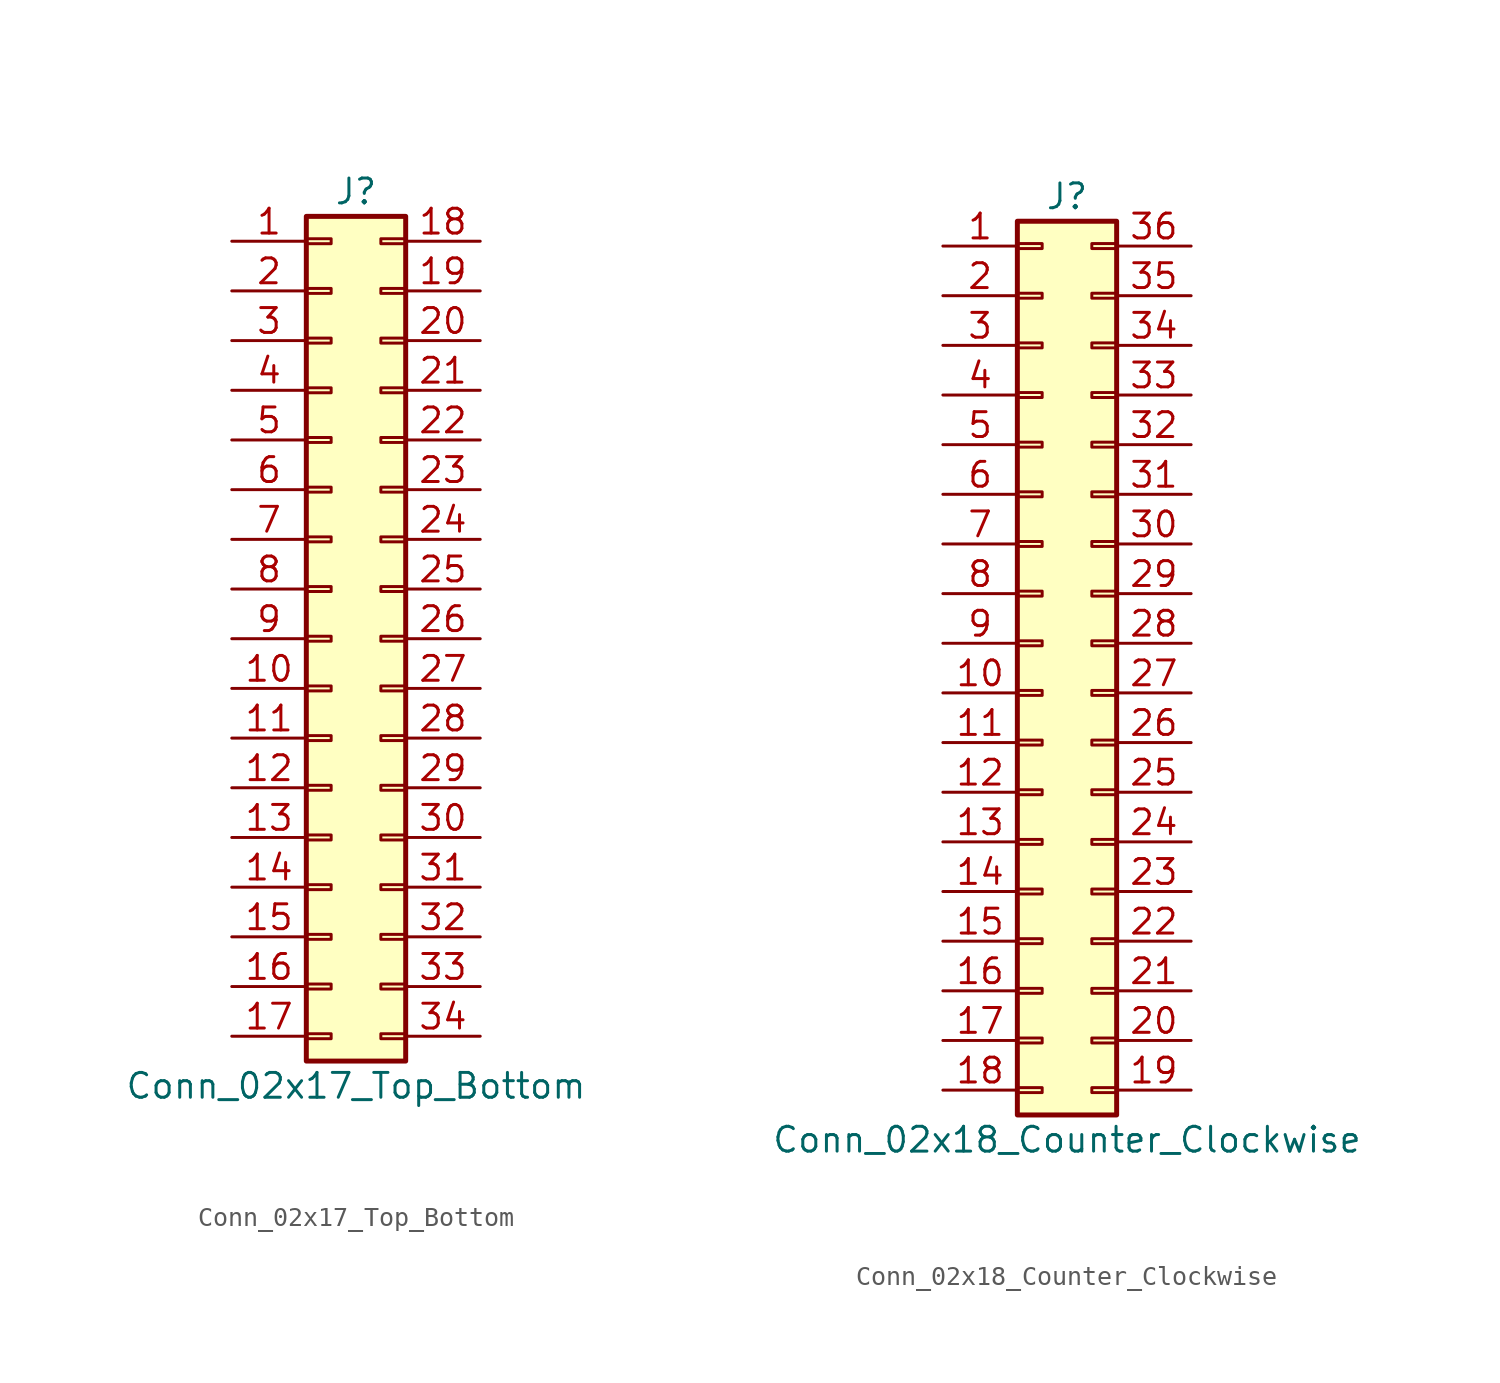
<source format=kicad_sym>
(kicad_symbol_lib
  (version 20201005)
  (generator kicad_symbol_editor)
  (symbol "Connector_Generic:Conn_02x17_Top_Bottom"
    (pin_names
      (offset 1.016) hide)
    (property "Reference" "J"
      (at 1.27 22.86 0)
      (effects (font (size 1.27 1.27))))
    (property "Value" "Conn_02x17_Top_Bottom"
      (at 1.27 -22.86 0)
      (effects (font (size 1.27 1.27))))
    (symbol "Conn_02x17_Top_Bottom_1_1"
      (rectangle (start -1.27 -4.953) (end 0 -5.207) (stroke (width 0.152)) (fill (type none)))
      (rectangle (start -1.27 -7.493) (end 0 -7.747) (stroke (width 0.152)) (fill (type none)))
      (rectangle (start -1.27 -10.033) (end 0 -10.287) (stroke (width 0.152)) (fill (type none)))
      (rectangle (start -1.27 -12.573) (end 0 -12.827) (stroke (width 0.152)) (fill (type none)))
      (rectangle (start -1.27 -15.113) (end 0 -15.367) (stroke (width 0.152)) (fill (type none)))
      (rectangle (start -1.27 -17.653) (end 0 -17.907) (stroke (width 0.152)) (fill (type none)))
      (rectangle (start -1.27 -20.193) (end 0 -20.447) (stroke (width 0.152)) (fill (type none)))
      (rectangle (start -1.27 -2.413) (end 0 -2.667) (stroke (width 0.152)) (fill (type none)))
      (rectangle (start -1.27 2.667) (end 0 2.413) (stroke (width 0.152)) (fill (type none)))
      (rectangle (start -1.27 5.207) (end 0 4.953) (stroke (width 0.152)) (fill (type none)))
      (rectangle (start -1.27 7.747) (end 0 7.493) (stroke (width 0.152)) (fill (type none)))
      (rectangle (start -1.27 10.287) (end 0 10.033) (stroke (width 0.152)) (fill (type none)))
      (rectangle (start -1.27 0.127) (end 0 -0.127) (stroke (width 0.152)) (fill (type none)))
      (rectangle (start -1.27 12.827) (end 0 12.573) (stroke (width 0.152)) (fill (type none)))
      (rectangle (start -1.27 15.367) (end 0 15.113) (stroke (width 0.152)) (fill (type none)))
      (rectangle (start -1.27 17.907) (end 0 17.653) (stroke (width 0.152)) (fill (type none)))
      (rectangle (start -1.27 20.447) (end 0 20.193) (stroke (width 0.152)) (fill (type none)))
      (rectangle (start -1.27 21.59) (end 3.81 -21.59) (stroke (width 0.254)) (fill (type background)))
      (rectangle (start 3.81 -4.953) (end 2.54 -5.207) (stroke (width 0.152)) (fill (type none)))
      (rectangle (start 3.81 -7.493) (end 2.54 -7.747) (stroke (width 0.152)) (fill (type none)))
      (rectangle (start 3.81 -10.033) (end 2.54 -10.287) (stroke (width 0.152)) (fill (type none)))
      (rectangle (start 3.81 -12.573) (end 2.54 -12.827) (stroke (width 0.152)) (fill (type none)))
      (rectangle (start 3.81 -15.113) (end 2.54 -15.367) (stroke (width 0.152)) (fill (type none)))
      (rectangle (start 3.81 -17.653) (end 2.54 -17.907) (stroke (width 0.152)) (fill (type none)))
      (rectangle (start 3.81 -20.193) (end 2.54 -20.447) (stroke (width 0.152)) (fill (type none)))
      (rectangle (start 3.81 -2.413) (end 2.54 -2.667) (stroke (width 0.152)) (fill (type none)))
      (rectangle (start 3.81 2.667) (end 2.54 2.413) (stroke (width 0.152)) (fill (type none)))
      (rectangle (start 3.81 5.207) (end 2.54 4.953) (stroke (width 0.152)) (fill (type none)))
      (rectangle (start 3.81 7.747) (end 2.54 7.493) (stroke (width 0.152)) (fill (type none)))
      (rectangle (start 3.81 10.287) (end 2.54 10.033) (stroke (width 0.152)) (fill (type none)))
      (rectangle (start 3.81 0.127) (end 2.54 -0.127) (stroke (width 0.152)) (fill (type none)))
      (rectangle (start 3.81 12.827) (end 2.54 12.573) (stroke (width 0.152)) (fill (type none)))
      (rectangle (start 3.81 15.367) (end 2.54 15.113) (stroke (width 0.152)) (fill (type none)))
      (rectangle (start 3.81 17.907) (end 2.54 17.653) (stroke (width 0.152)) (fill (type none)))
      (rectangle (start 3.81 20.447) (end 2.54 20.193) (stroke (width 0.152)) (fill (type none)))
      (pin passive line (at -5.08 20.32 0) (length 3.81) (name "Pin_1" (effects (font (size 1.27 1.27)))) (number "1" (effects (font (size 1.27 1.27)))))
      (pin passive line (at -5.08 -2.54 0) (length 3.81) (name "Pin_10" (effects (font (size 1.27 1.27)))) (number "10" (effects (font (size 1.27 1.27)))))
      (pin passive line (at -5.08 -5.08 0) (length 3.81) (name "Pin_11" (effects (font (size 1.27 1.27)))) (number "11" (effects (font (size 1.27 1.27)))))
      (pin passive line (at -5.08 -7.62 0) (length 3.81) (name "Pin_12" (effects (font (size 1.27 1.27)))) (number "12" (effects (font (size 1.27 1.27)))))
      (pin passive line (at -5.08 -10.16 0) (length 3.81) (name "Pin_13" (effects (font (size 1.27 1.27)))) (number "13" (effects (font (size 1.27 1.27)))))
      (pin passive line (at -5.08 -12.7 0) (length 3.81) (name "Pin_14" (effects (font (size 1.27 1.27)))) (number "14" (effects (font (size 1.27 1.27)))))
      (pin passive line (at -5.08 -15.24 0) (length 3.81) (name "Pin_15" (effects (font (size 1.27 1.27)))) (number "15" (effects (font (size 1.27 1.27)))))
      (pin passive line (at -5.08 -17.78 0) (length 3.81) (name "Pin_16" (effects (font (size 1.27 1.27)))) (number "16" (effects (font (size 1.27 1.27)))))
      (pin passive line (at -5.08 -20.32 0) (length 3.81) (name "Pin_17" (effects (font (size 1.27 1.27)))) (number "17" (effects (font (size 1.27 1.27)))))
      (pin passive line (at 7.62 20.32 180) (length 3.81) (name "Pin_18" (effects (font (size 1.27 1.27)))) (number "18" (effects (font (size 1.27 1.27)))))
      (pin passive line (at 7.62 17.78 180) (length 3.81) (name "Pin_19" (effects (font (size 1.27 1.27)))) (number "19" (effects (font (size 1.27 1.27)))))
      (pin passive line (at -5.08 17.78 0) (length 3.81) (name "Pin_2" (effects (font (size 1.27 1.27)))) (number "2" (effects (font (size 1.27 1.27)))))
      (pin passive line (at 7.62 15.24 180) (length 3.81) (name "Pin_20" (effects (font (size 1.27 1.27)))) (number "20" (effects (font (size 1.27 1.27)))))
      (pin passive line (at 7.62 12.7 180) (length 3.81) (name "Pin_21" (effects (font (size 1.27 1.27)))) (number "21" (effects (font (size 1.27 1.27)))))
      (pin passive line (at 7.62 10.16 180) (length 3.81) (name "Pin_22" (effects (font (size 1.27 1.27)))) (number "22" (effects (font (size 1.27 1.27)))))
      (pin passive line (at 7.62 7.62 180) (length 3.81) (name "Pin_23" (effects (font (size 1.27 1.27)))) (number "23" (effects (font (size 1.27 1.27)))))
      (pin passive line (at 7.62 5.08 180) (length 3.81) (name "Pin_24" (effects (font (size 1.27 1.27)))) (number "24" (effects (font (size 1.27 1.27)))))
      (pin passive line (at 7.62 2.54 180) (length 3.81) (name "Pin_25" (effects (font (size 1.27 1.27)))) (number "25" (effects (font (size 1.27 1.27)))))
      (pin passive line (at 7.62 0 180) (length 3.81) (name "Pin_26" (effects (font (size 1.27 1.27)))) (number "26" (effects (font (size 1.27 1.27)))))
      (pin passive line (at 7.62 -2.54 180) (length 3.81) (name "Pin_27" (effects (font (size 1.27 1.27)))) (number "27" (effects (font (size 1.27 1.27)))))
      (pin passive line (at 7.62 -5.08 180) (length 3.81) (name "Pin_28" (effects (font (size 1.27 1.27)))) (number "28" (effects (font (size 1.27 1.27)))))
      (pin passive line (at 7.62 -7.62 180) (length 3.81) (name "Pin_29" (effects (font (size 1.27 1.27)))) (number "29" (effects (font (size 1.27 1.27)))))
      (pin passive line (at -5.08 15.24 0) (length 3.81) (name "Pin_3" (effects (font (size 1.27 1.27)))) (number "3" (effects (font (size 1.27 1.27)))))
      (pin passive line (at 7.62 -10.16 180) (length 3.81) (name "Pin_30" (effects (font (size 1.27 1.27)))) (number "30" (effects (font (size 1.27 1.27)))))
      (pin passive line (at 7.62 -12.7 180) (length 3.81) (name "Pin_31" (effects (font (size 1.27 1.27)))) (number "31" (effects (font (size 1.27 1.27)))))
      (pin passive line (at 7.62 -15.24 180) (length 3.81) (name "Pin_32" (effects (font (size 1.27 1.27)))) (number "32" (effects (font (size 1.27 1.27)))))
      (pin passive line (at 7.62 -17.78 180) (length 3.81) (name "Pin_33" (effects (font (size 1.27 1.27)))) (number "33" (effects (font (size 1.27 1.27)))))
      (pin passive line (at 7.62 -20.32 180) (length 3.81) (name "Pin_34" (effects (font (size 1.27 1.27)))) (number "34" (effects (font (size 1.27 1.27)))))
      (pin passive line (at -5.08 12.7 0) (length 3.81) (name "Pin_4" (effects (font (size 1.27 1.27)))) (number "4" (effects (font (size 1.27 1.27)))))
      (pin passive line (at -5.08 10.16 0) (length 3.81) (name "Pin_5" (effects (font (size 1.27 1.27)))) (number "5" (effects (font (size 1.27 1.27)))))
      (pin passive line (at -5.08 7.62 0) (length 3.81) (name "Pin_6" (effects (font (size 1.27 1.27)))) (number "6" (effects (font (size 1.27 1.27)))))
      (pin passive line (at -5.08 5.08 0) (length 3.81) (name "Pin_7" (effects (font (size 1.27 1.27)))) (number "7" (effects (font (size 1.27 1.27)))))
      (pin passive line (at -5.08 2.54 0) (length 3.81) (name "Pin_8" (effects (font (size 1.27 1.27)))) (number "8" (effects (font (size 1.27 1.27)))))
      (pin passive line (at -5.08 0 0) (length 3.81) (name "Pin_9" (effects (font (size 1.27 1.27)))) (number "9" (effects (font (size 1.27 1.27)))))))
  (symbol "Connector_Generic:Conn_02x18_Counter_Clockwise"
    (pin_names
      (offset 1.016) hide)
    (property "Reference" "J"
      (at 1.27 22.86 0)
      (effects (font (size 1.27 1.27))))
    (property "Value" "Conn_02x18_Counter_Clockwise"
      (at 1.27 -25.4 0)
      (effects (font (size 1.27 1.27))))
    (symbol "Conn_02x18_Counter_Clockwise_1_1"
      (rectangle (start -1.27 -4.953) (end 0 -5.207) (stroke (width 0.152)) (fill (type none)))
      (rectangle (start -1.27 -7.493) (end 0 -7.747) (stroke (width 0.152)) (fill (type none)))
      (rectangle (start -1.27 -10.033) (end 0 -10.287) (stroke (width 0.152)) (fill (type none)))
      (rectangle (start -1.27 -12.573) (end 0 -12.827) (stroke (width 0.152)) (fill (type none)))
      (rectangle (start -1.27 -15.113) (end 0 -15.367) (stroke (width 0.152)) (fill (type none)))
      (rectangle (start -1.27 -17.653) (end 0 -17.907) (stroke (width 0.152)) (fill (type none)))
      (rectangle (start -1.27 -20.193) (end 0 -20.447) (stroke (width 0.152)) (fill (type none)))
      (rectangle (start -1.27 -22.733) (end 0 -22.987) (stroke (width 0.152)) (fill (type none)))
      (rectangle (start -1.27 -2.413) (end 0 -2.667) (stroke (width 0.152)) (fill (type none)))
      (rectangle (start -1.27 2.667) (end 0 2.413) (stroke (width 0.152)) (fill (type none)))
      (rectangle (start -1.27 5.207) (end 0 4.953) (stroke (width 0.152)) (fill (type none)))
      (rectangle (start -1.27 7.747) (end 0 7.493) (stroke (width 0.152)) (fill (type none)))
      (rectangle (start -1.27 10.287) (end 0 10.033) (stroke (width 0.152)) (fill (type none)))
      (rectangle (start -1.27 0.127) (end 0 -0.127) (stroke (width 0.152)) (fill (type none)))
      (rectangle (start -1.27 12.827) (end 0 12.573) (stroke (width 0.152)) (fill (type none)))
      (rectangle (start -1.27 15.367) (end 0 15.113) (stroke (width 0.152)) (fill (type none)))
      (rectangle (start -1.27 17.907) (end 0 17.653) (stroke (width 0.152)) (fill (type none)))
      (rectangle (start -1.27 20.447) (end 0 20.193) (stroke (width 0.152)) (fill (type none)))
      (rectangle (start -1.27 21.59) (end 3.81 -24.13) (stroke (width 0.254)) (fill (type background)))
      (rectangle (start 3.81 -4.953) (end 2.54 -5.207) (stroke (width 0.152)) (fill (type none)))
      (rectangle (start 3.81 -7.493) (end 2.54 -7.747) (stroke (width 0.152)) (fill (type none)))
      (rectangle (start 3.81 -10.033) (end 2.54 -10.287) (stroke (width 0.152)) (fill (type none)))
      (rectangle (start 3.81 -12.573) (end 2.54 -12.827) (stroke (width 0.152)) (fill (type none)))
      (rectangle (start 3.81 -15.113) (end 2.54 -15.367) (stroke (width 0.152)) (fill (type none)))
      (rectangle (start 3.81 -17.653) (end 2.54 -17.907) (stroke (width 0.152)) (fill (type none)))
      (rectangle (start 3.81 -20.193) (end 2.54 -20.447) (stroke (width 0.152)) (fill (type none)))
      (rectangle (start 3.81 -22.733) (end 2.54 -22.987) (stroke (width 0.152)) (fill (type none)))
      (rectangle (start 3.81 -2.413) (end 2.54 -2.667) (stroke (width 0.152)) (fill (type none)))
      (rectangle (start 3.81 2.667) (end 2.54 2.413) (stroke (width 0.152)) (fill (type none)))
      (rectangle (start 3.81 5.207) (end 2.54 4.953) (stroke (width 0.152)) (fill (type none)))
      (rectangle (start 3.81 7.747) (end 2.54 7.493) (stroke (width 0.152)) (fill (type none)))
      (rectangle (start 3.81 10.287) (end 2.54 10.033) (stroke (width 0.152)) (fill (type none)))
      (rectangle (start 3.81 0.127) (end 2.54 -0.127) (stroke (width 0.152)) (fill (type none)))
      (rectangle (start 3.81 12.827) (end 2.54 12.573) (stroke (width 0.152)) (fill (type none)))
      (rectangle (start 3.81 15.367) (end 2.54 15.113) (stroke (width 0.152)) (fill (type none)))
      (rectangle (start 3.81 17.907) (end 2.54 17.653) (stroke (width 0.152)) (fill (type none)))
      (rectangle (start 3.81 20.447) (end 2.54 20.193) (stroke (width 0.152)) (fill (type none)))
      (pin passive line (at -5.08 20.32 0) (length 3.81) (name "Pin_1" (effects (font (size 1.27 1.27)))) (number "1" (effects (font (size 1.27 1.27)))))
      (pin passive line (at -5.08 -2.54 0) (length 3.81) (name "Pin_10" (effects (font (size 1.27 1.27)))) (number "10" (effects (font (size 1.27 1.27)))))
      (pin passive line (at -5.08 -5.08 0) (length 3.81) (name "Pin_11" (effects (font (size 1.27 1.27)))) (number "11" (effects (font (size 1.27 1.27)))))
      (pin passive line (at -5.08 -7.62 0) (length 3.81) (name "Pin_12" (effects (font (size 1.27 1.27)))) (number "12" (effects (font (size 1.27 1.27)))))
      (pin passive line (at -5.08 -10.16 0) (length 3.81) (name "Pin_13" (effects (font (size 1.27 1.27)))) (number "13" (effects (font (size 1.27 1.27)))))
      (pin passive line (at -5.08 -12.7 0) (length 3.81) (name "Pin_14" (effects (font (size 1.27 1.27)))) (number "14" (effects (font (size 1.27 1.27)))))
      (pin passive line (at -5.08 -15.24 0) (length 3.81) (name "Pin_15" (effects (font (size 1.27 1.27)))) (number "15" (effects (font (size 1.27 1.27)))))
      (pin passive line (at -5.08 -17.78 0) (length 3.81) (name "Pin_16" (effects (font (size 1.27 1.27)))) (number "16" (effects (font (size 1.27 1.27)))))
      (pin passive line (at -5.08 -20.32 0) (length 3.81) (name "Pin_17" (effects (font (size 1.27 1.27)))) (number "17" (effects (font (size 1.27 1.27)))))
      (pin passive line (at -5.08 -22.86 0) (length 3.81) (name "Pin_18" (effects (font (size 1.27 1.27)))) (number "18" (effects (font (size 1.27 1.27)))))
      (pin passive line (at 7.62 -22.86 180) (length 3.81) (name "Pin_19" (effects (font (size 1.27 1.27)))) (number "19" (effects (font (size 1.27 1.27)))))
      (pin passive line (at -5.08 17.78 0) (length 3.81) (name "Pin_2" (effects (font (size 1.27 1.27)))) (number "2" (effects (font (size 1.27 1.27)))))
      (pin passive line (at 7.62 -20.32 180) (length 3.81) (name "Pin_20" (effects (font (size 1.27 1.27)))) (number "20" (effects (font (size 1.27 1.27)))))
      (pin passive line (at 7.62 -17.78 180) (length 3.81) (name "Pin_21" (effects (font (size 1.27 1.27)))) (number "21" (effects (font (size 1.27 1.27)))))
      (pin passive line (at 7.62 -15.24 180) (length 3.81) (name "Pin_22" (effects (font (size 1.27 1.27)))) (number "22" (effects (font (size 1.27 1.27)))))
      (pin passive line (at 7.62 -12.7 180) (length 3.81) (name "Pin_23" (effects (font (size 1.27 1.27)))) (number "23" (effects (font (size 1.27 1.27)))))
      (pin passive line (at 7.62 -10.16 180) (length 3.81) (name "Pin_24" (effects (font (size 1.27 1.27)))) (number "24" (effects (font (size 1.27 1.27)))))
      (pin passive line (at 7.62 -7.62 180) (length 3.81) (name "Pin_25" (effects (font (size 1.27 1.27)))) (number "25" (effects (font (size 1.27 1.27)))))
      (pin passive line (at 7.62 -5.08 180) (length 3.81) (name "Pin_26" (effects (font (size 1.27 1.27)))) (number "26" (effects (font (size 1.27 1.27)))))
      (pin passive line (at 7.62 -2.54 180) (length 3.81) (name "Pin_27" (effects (font (size 1.27 1.27)))) (number "27" (effects (font (size 1.27 1.27)))))
      (pin passive line (at 7.62 0 180) (length 3.81) (name "Pin_28" (effects (font (size 1.27 1.27)))) (number "28" (effects (font (size 1.27 1.27)))))
      (pin passive line (at 7.62 2.54 180) (length 3.81) (name "Pin_29" (effects (font (size 1.27 1.27)))) (number "29" (effects (font (size 1.27 1.27)))))
      (pin passive line (at -5.08 15.24 0) (length 3.81) (name "Pin_3" (effects (font (size 1.27 1.27)))) (number "3" (effects (font (size 1.27 1.27)))))
      (pin passive line (at 7.62 5.08 180) (length 3.81) (name "Pin_30" (effects (font (size 1.27 1.27)))) (number "30" (effects (font (size 1.27 1.27)))))
      (pin passive line (at 7.62 7.62 180) (length 3.81) (name "Pin_31" (effects (font (size 1.27 1.27)))) (number "31" (effects (font (size 1.27 1.27)))))
      (pin passive line (at 7.62 10.16 180) (length 3.81) (name "Pin_32" (effects (font (size 1.27 1.27)))) (number "32" (effects (font (size 1.27 1.27)))))
      (pin passive line (at 7.62 12.7 180) (length 3.81) (name "Pin_33" (effects (font (size 1.27 1.27)))) (number "33" (effects (font (size 1.27 1.27)))))
      (pin passive line (at 7.62 15.24 180) (length 3.81) (name "Pin_34" (effects (font (size 1.27 1.27)))) (number "34" (effects (font (size 1.27 1.27)))))
      (pin passive line (at 7.62 17.78 180) (length 3.81) (name "Pin_35" (effects (font (size 1.27 1.27)))) (number "35" (effects (font (size 1.27 1.27)))))
      (pin passive line (at 7.62 20.32 180) (length 3.81) (name "Pin_36" (effects (font (size 1.27 1.27)))) (number "36" (effects (font (size 1.27 1.27)))))
      (pin passive line (at -5.08 12.7 0) (length 3.81) (name "Pin_4" (effects (font (size 1.27 1.27)))) (number "4" (effects (font (size 1.27 1.27)))))
      (pin passive line (at -5.08 10.16 0) (length 3.81) (name "Pin_5" (effects (font (size 1.27 1.27)))) (number "5" (effects (font (size 1.27 1.27)))))
      (pin passive line (at -5.08 7.62 0) (length 3.81) (name "Pin_6" (effects (font (size 1.27 1.27)))) (number "6" (effects (font (size 1.27 1.27)))))
      (pin passive line (at -5.08 5.08 0) (length 3.81) (name "Pin_7" (effects (font (size 1.27 1.27)))) (number "7" (effects (font (size 1.27 1.27)))))
      (pin passive line (at -5.08 2.54 0) (length 3.81) (name "Pin_8" (effects (font (size 1.27 1.27)))) (number "8" (effects (font (size 1.27 1.27)))))
      (pin passive line (at -5.08 0 0) (length 3.81) (name "Pin_9" (effects (font (size 1.27 1.27)))) (number "9" (effects (font (size 1.27 1.27))))))))
</source>
